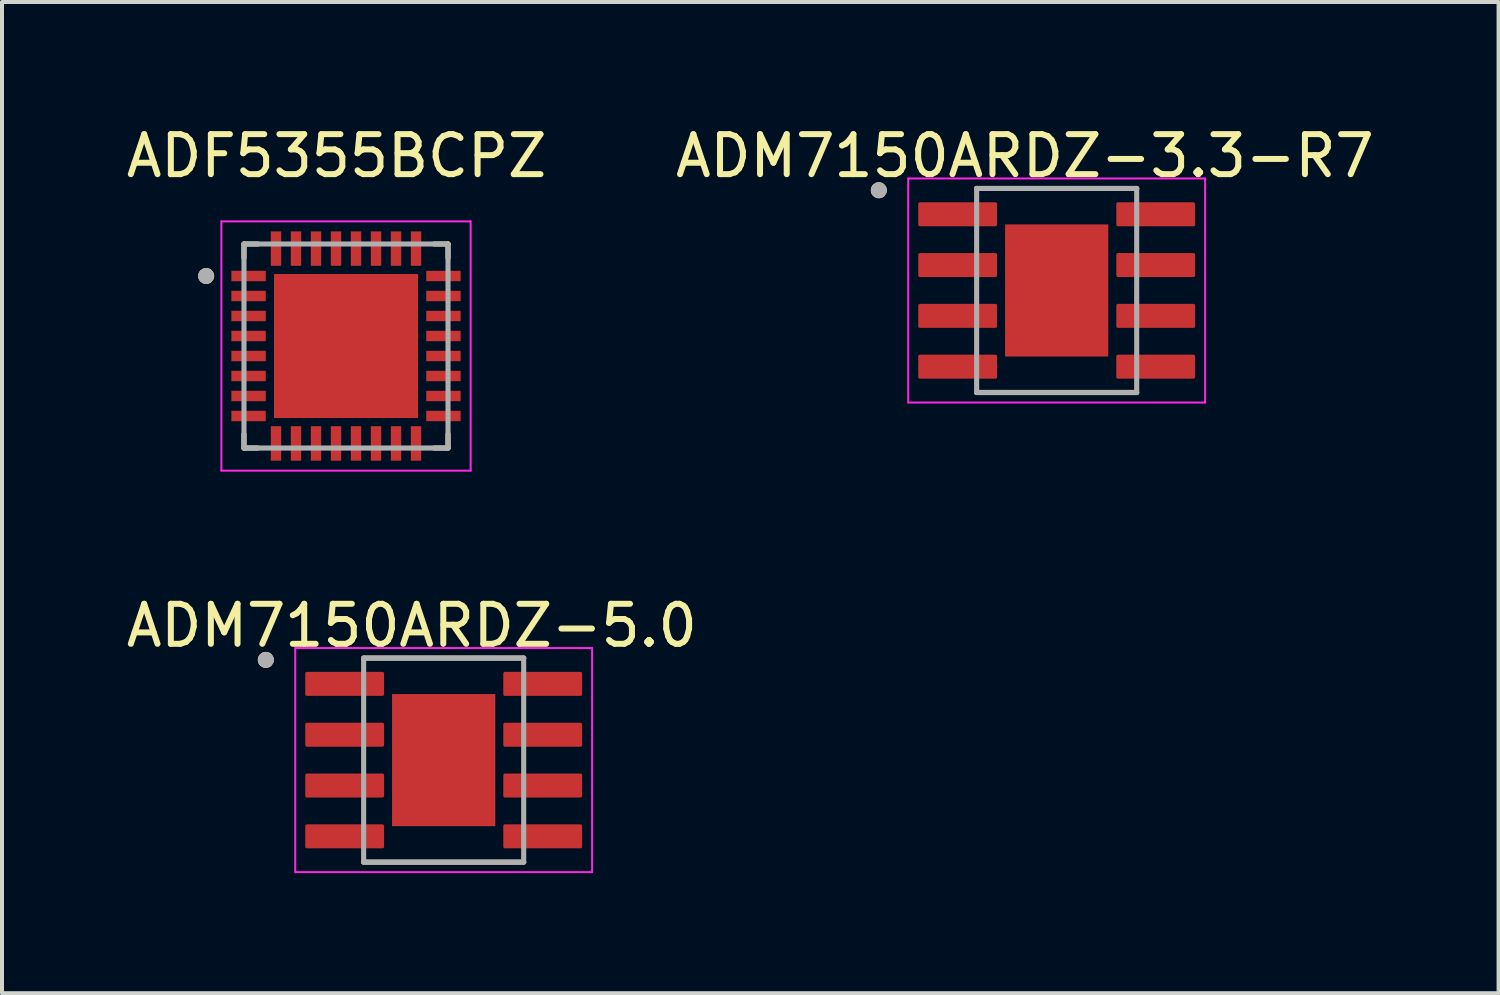
<source format=kicad_pcb>
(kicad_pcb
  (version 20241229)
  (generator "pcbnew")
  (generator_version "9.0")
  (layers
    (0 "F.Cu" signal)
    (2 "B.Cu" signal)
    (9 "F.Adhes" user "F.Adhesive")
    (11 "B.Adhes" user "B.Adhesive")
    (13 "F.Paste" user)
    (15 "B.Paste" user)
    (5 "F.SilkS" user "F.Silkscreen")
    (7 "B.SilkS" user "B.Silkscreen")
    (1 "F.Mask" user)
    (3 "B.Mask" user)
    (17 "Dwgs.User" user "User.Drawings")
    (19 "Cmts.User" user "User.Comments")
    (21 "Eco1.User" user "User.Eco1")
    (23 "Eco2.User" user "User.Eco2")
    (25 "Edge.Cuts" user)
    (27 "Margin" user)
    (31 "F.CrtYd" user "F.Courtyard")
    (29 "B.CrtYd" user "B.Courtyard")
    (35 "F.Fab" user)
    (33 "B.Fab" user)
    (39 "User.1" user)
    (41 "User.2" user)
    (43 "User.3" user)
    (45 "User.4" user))
  (footprint "ADM7150ARDZ-3.3-R7"
    (layer "F.Cu")
    (at 23.36 4.21)
    (property "Reference" "ADM7150ARDZ-3.3-R7" (at -0.795 -3.362 0) (layer "F.SilkS") (effects (font (size 1 1) (thickness 0.15))))
    (attr smd)
    (fp_line (start -2 -2.55) (end 2 -2.55) (stroke (width 0.127) (type solid)) (layer "F.SilkS"))
    (fp_line (start -2 2.55) (end 2 2.55) (stroke (width 0.127) (type solid)) (layer "F.SilkS"))
    (fp_circle (center -4.445 -2.505) (end -4.345 -2.505) (stroke (width 0.2) (type solid)) (fill no) (layer "F.SilkS"))
    (fp_poly (pts (xy -0.645 -0.826) (xy 0.645 -0.826) (xy 0.645 0.826) (xy -0.645 0.826)) (stroke (width 0.01) (type solid)) (fill yes) (layer "F.Paste"))
    (fp_line (start -3.71 -2.8) (end -3.71 2.8) (stroke (width 0.05) (type solid)) (layer "F.CrtYd"))
    (fp_line (start -3.71 -2.8) (end 3.71 -2.8) (stroke (width 0.05) (type solid)) (layer "F.CrtYd"))
    (fp_line (start -3.71 2.8) (end 3.71 2.8) (stroke (width 0.05) (type solid)) (layer "F.CrtYd"))
    (fp_line (start 3.71 -2.8) (end 3.71 2.8) (stroke (width 0.05) (type solid)) (layer "F.CrtYd"))
    (fp_line (start -2 -2.55) (end -2 2.55) (stroke (width 0.127) (type solid)) (layer "F.Fab"))
    (fp_line (start -2 -2.55) (end 2 -2.55) (stroke (width 0.127) (type solid)) (layer "F.Fab"))
    (fp_line (start -2 2.55) (end 2 2.55) (stroke (width 0.127) (type solid)) (layer "F.Fab"))
    (fp_line (start 2 -2.55) (end 2 2.55) (stroke (width 0.127) (type solid)) (layer "F.Fab"))
    (fp_circle (center -4.445 -2.505) (end -4.345 -2.505) (stroke (width 0.2) (type solid)) (fill no) (layer "F.Fab"))
    (pad "1" smd roundrect (at -2.475 -1.905) (size 1.97 0.6) (layers "F.Cu" "F.Mask" "F.Paste") (roundrect_rratio 0.07))
    (pad "2" smd roundrect (at -2.475 -0.635) (size 1.97 0.6) (layers "F.Cu" "F.Mask" "F.Paste") (roundrect_rratio 0.07))
    (pad "3" smd roundrect (at -2.475 0.635) (size 1.97 0.6) (layers "F.Cu" "F.Mask" "F.Paste") (roundrect_rratio 0.07))
    (pad "4" smd roundrect (at -2.475 1.905) (size 1.97 0.6) (layers "F.Cu" "F.Mask" "F.Paste") (roundrect_rratio 0.07))
    (pad "5" smd roundrect (at 2.475 1.905) (size 1.97 0.6) (layers "F.Cu" "F.Mask" "F.Paste") (roundrect_rratio 0.07))
    (pad "6" smd roundrect (at 2.475 0.635) (size 1.97 0.6) (layers "F.Cu" "F.Mask" "F.Paste") (roundrect_rratio 0.07))
    (pad "7" smd roundrect (at 2.475 -0.635) (size 1.97 0.6) (layers "F.Cu" "F.Mask" "F.Paste") (roundrect_rratio 0.07))
    (pad "8" smd roundrect (at 2.475 -1.905) (size 1.97 0.6) (layers "F.Cu" "F.Mask" "F.Paste") (roundrect_rratio 0.07))
    (pad "9" smd rect (at 0 0) (size 2.58 3.302) (layers "F.Cu" "F.Mask")))
  (footprint "ADF5355BCPZ"
    (layer "F.Cu")
    (at 5.598 5.598)
    (property "Reference" "ADF5355BCPZ" (at -0.235 -4.75 0) (layer "F.SilkS") (effects (font (size 1 1) (thickness 0.15))))
    (attr smd)
    (fp_line (start -2.55 -2.55) (end -2.55 -2.2) (stroke (width 0.127) (type solid)) (layer "F.SilkS"))
    (fp_line (start -2.55 -2.55) (end -2.2 -2.55) (stroke (width 0.127) (type solid)) (layer "F.SilkS"))
    (fp_line (start -2.55 2.55) (end -2.55 2.2) (stroke (width 0.127) (type solid)) (layer "F.SilkS"))
    (fp_line (start -2.55 2.55) (end -2.2 2.55) (stroke (width 0.127) (type solid)) (layer "F.SilkS"))
    (fp_line (start 2.55 -2.55) (end 2.2 -2.55) (stroke (width 0.127) (type solid)) (layer "F.SilkS"))
    (fp_line (start 2.55 -2.55) (end 2.55 -2.2) (stroke (width 0.127) (type solid)) (layer "F.SilkS"))
    (fp_line (start 2.55 2.55) (end 2.2 2.55) (stroke (width 0.127) (type solid)) (layer "F.SilkS"))
    (fp_line (start 2.55 2.55) (end 2.55 2.2) (stroke (width 0.127) (type solid)) (layer "F.SilkS"))
    (fp_circle (center -3.495 -1.75) (end -3.395 -1.75) (stroke (width 0.2) (type solid)) (fill no) (layer "F.SilkS"))
    (fp_poly (pts (xy -1.14 -1.14) (xy 1.14 -1.14) (xy 1.14 1.14) (xy -1.14 1.14)) (stroke (width 0.01) (type solid)) (fill yes) (layer "F.Paste"))
    (fp_line (start -3.115 -3.115) (end 3.115 -3.115) (stroke (width 0.05) (type solid)) (layer "F.CrtYd"))
    (fp_line (start -3.115 3.115) (end -3.115 -3.115) (stroke (width 0.05) (type solid)) (layer "F.CrtYd"))
    (fp_line (start -3.115 3.115) (end 3.115 3.115) (stroke (width 0.05) (type solid)) (layer "F.CrtYd"))
    (fp_line (start 3.115 3.115) (end 3.115 -3.115) (stroke (width 0.05) (type solid)) (layer "F.CrtYd"))
    (fp_line (start -2.55 2.55) (end -2.55 -2.55) (stroke (width 0.127) (type solid)) (layer "F.Fab"))
    (fp_line (start 2.55 -2.55) (end -2.55 -2.55) (stroke (width 0.127) (type solid)) (layer "F.Fab"))
    (fp_line (start 2.55 2.55) (end -2.55 2.55) (stroke (width 0.127) (type solid)) (layer "F.Fab"))
    (fp_line (start 2.55 2.55) (end 2.55 -2.55) (stroke (width 0.127) (type solid)) (layer "F.Fab"))
    (fp_circle (center -3.495 -1.75) (end -3.395 -1.75) (stroke (width 0.2) (type solid)) (fill no) (layer "F.Fab"))
    (pad "1" smd roundrect (at -2.435 -1.75) (size 0.86 0.26) (layers "F.Cu" "F.Mask" "F.Paste") (roundrect_rratio 0.03))
    (pad "2" smd roundrect (at -2.435 -1.25) (size 0.86 0.26) (layers "F.Cu" "F.Mask" "F.Paste") (roundrect_rratio 0.03))
    (pad "3" smd roundrect (at -2.435 -0.75) (size 0.86 0.26) (layers "F.Cu" "F.Mask" "F.Paste") (roundrect_rratio 0.03))
    (pad "4" smd roundrect (at -2.435 -0.25) (size 0.86 0.26) (layers "F.Cu" "F.Mask" "F.Paste") (roundrect_rratio 0.03))
    (pad "5" smd roundrect (at -2.435 0.25) (size 0.86 0.26) (layers "F.Cu" "F.Mask" "F.Paste") (roundrect_rratio 0.03))
    (pad "6" smd roundrect (at -2.435 0.75) (size 0.86 0.26) (layers "F.Cu" "F.Mask" "F.Paste") (roundrect_rratio 0.03))
    (pad "7" smd roundrect (at -2.435 1.25) (size 0.86 0.26) (layers "F.Cu" "F.Mask" "F.Paste") (roundrect_rratio 0.03))
    (pad "8" smd roundrect (at -2.435 1.75) (size 0.86 0.26) (layers "F.Cu" "F.Mask" "F.Paste") (roundrect_rratio 0.03))
    (pad "9" smd roundrect (at -1.75 2.435 90) (size 0.86 0.26) (layers "F.Cu" "F.Mask" "F.Paste") (roundrect_rratio 0.03))
    (pad "10" smd roundrect (at -1.25 2.435 90) (size 0.86 0.26) (layers "F.Cu" "F.Mask" "F.Paste") (roundrect_rratio 0.03))
    (pad "11" smd roundrect (at -0.75 2.435 90) (size 0.86 0.26) (layers "F.Cu" "F.Mask" "F.Paste") (roundrect_rratio 0.03))
    (pad "12" smd roundrect (at -0.25 2.435 90) (size 0.86 0.26) (layers "F.Cu" "F.Mask" "F.Paste") (roundrect_rratio 0.03))
    (pad "13" smd roundrect (at 0.25 2.435 90) (size 0.86 0.26) (layers "F.Cu" "F.Mask" "F.Paste") (roundrect_rratio 0.03))
    (pad "14" smd roundrect (at 0.75 2.435 90) (size 0.86 0.26) (layers "F.Cu" "F.Mask" "F.Paste") (roundrect_rratio 0.03))
    (pad "15" smd roundrect (at 1.25 2.435 90) (size 0.86 0.26) (layers "F.Cu" "F.Mask" "F.Paste") (roundrect_rratio 0.03))
    (pad "16" smd roundrect (at 1.75 2.435 90) (size 0.86 0.26) (layers "F.Cu" "F.Mask" "F.Paste") (roundrect_rratio 0.03))
    (pad "17" smd roundrect (at 2.435 1.75) (size 0.86 0.26) (layers "F.Cu" "F.Mask" "F.Paste") (roundrect_rratio 0.03))
    (pad "18" smd roundrect (at 2.435 1.25) (size 0.86 0.26) (layers "F.Cu" "F.Mask" "F.Paste") (roundrect_rratio 0.03))
    (pad "19" smd roundrect (at 2.435 0.75) (size 0.86 0.26) (layers "F.Cu" "F.Mask" "F.Paste") (roundrect_rratio 0.03))
    (pad "20" smd roundrect (at 2.435 0.25) (size 0.86 0.26) (layers "F.Cu" "F.Mask" "F.Paste") (roundrect_rratio 0.03))
    (pad "21" smd roundrect (at 2.435 -0.25) (size 0.86 0.26) (layers "F.Cu" "F.Mask" "F.Paste") (roundrect_rratio 0.03))
    (pad "22" smd roundrect (at 2.435 -0.75) (size 0.86 0.26) (layers "F.Cu" "F.Mask" "F.Paste") (roundrect_rratio 0.03))
    (pad "23" smd roundrect (at 2.435 -1.25) (size 0.86 0.26) (layers "F.Cu" "F.Mask" "F.Paste") (roundrect_rratio 0.03))
    (pad "24" smd roundrect (at 2.435 -1.75) (size 0.86 0.26) (layers "F.Cu" "F.Mask" "F.Paste") (roundrect_rratio 0.03))
    (pad "25" smd roundrect (at 1.75 -2.435 90) (size 0.86 0.26) (layers "F.Cu" "F.Mask" "F.Paste") (roundrect_rratio 0.03))
    (pad "26" smd roundrect (at 1.25 -2.435 90) (size 0.86 0.26) (layers "F.Cu" "F.Mask" "F.Paste") (roundrect_rratio 0.03))
    (pad "27" smd roundrect (at 0.75 -2.435 90) (size 0.86 0.26) (layers "F.Cu" "F.Mask" "F.Paste") (roundrect_rratio 0.03))
    (pad "28" smd roundrect (at 0.25 -2.435 90) (size 0.86 0.26) (layers "F.Cu" "F.Mask" "F.Paste") (roundrect_rratio 0.03))
    (pad "29" smd roundrect (at -0.25 -2.435 90) (size 0.86 0.26) (layers "F.Cu" "F.Mask" "F.Paste") (roundrect_rratio 0.03))
    (pad "30" smd roundrect (at -0.75 -2.435 90) (size 0.86 0.26) (layers "F.Cu" "F.Mask" "F.Paste") (roundrect_rratio 0.03))
    (pad "31" smd roundrect (at -1.25 -2.435 90) (size 0.86 0.26) (layers "F.Cu" "F.Mask" "F.Paste") (roundrect_rratio 0.03))
    (pad "32" smd roundrect (at -1.75 -2.435 90) (size 0.86 0.26) (layers "F.Cu" "F.Mask" "F.Paste") (roundrect_rratio 0.03))
    (pad "33" smd rect (at 0 0) (size 3.6 3.6) (layers "F.Cu" "F.Mask")))
  (footprint "ADM7150ARDZ-5.0"
    (layer "F.Cu")
    (at 8.039 15.948)
    (property "Reference" "ADM7150ARDZ-5.0" (at -0.795 -3.362 0) (layer "F.SilkS") (effects (font (size 1 1) (thickness 0.15))))
    (attr smd)
    (fp_line (start -2 -2.55) (end 2 -2.55) (stroke (width 0.127) (type solid)) (layer "F.SilkS"))
    (fp_line (start -2 2.55) (end 2 2.55) (stroke (width 0.127) (type solid)) (layer "F.SilkS"))
    (fp_circle (center -4.445 -2.505) (end -4.345 -2.505) (stroke (width 0.2) (type solid)) (fill no) (layer "F.SilkS"))
    (fp_poly (pts (xy -0.645 -0.826) (xy 0.645 -0.826) (xy 0.645 0.826) (xy -0.645 0.826)) (stroke (width 0.01) (type solid)) (fill yes) (layer "F.Paste"))
    (fp_line (start -3.71 -2.8) (end -3.71 2.8) (stroke (width 0.05) (type solid)) (layer "F.CrtYd"))
    (fp_line (start -3.71 -2.8) (end 3.71 -2.8) (stroke (width 0.05) (type solid)) (layer "F.CrtYd"))
    (fp_line (start -3.71 2.8) (end 3.71 2.8) (stroke (width 0.05) (type solid)) (layer "F.CrtYd"))
    (fp_line (start 3.71 -2.8) (end 3.71 2.8) (stroke (width 0.05) (type solid)) (layer "F.CrtYd"))
    (fp_line (start -2 -2.55) (end -2 2.55) (stroke (width 0.127) (type solid)) (layer "F.Fab"))
    (fp_line (start -2 -2.55) (end 2 -2.55) (stroke (width 0.127) (type solid)) (layer "F.Fab"))
    (fp_line (start -2 2.55) (end 2 2.55) (stroke (width 0.127) (type solid)) (layer "F.Fab"))
    (fp_line (start 2 -2.55) (end 2 2.55) (stroke (width 0.127) (type solid)) (layer "F.Fab"))
    (fp_circle (center -4.445 -2.505) (end -4.345 -2.505) (stroke (width 0.2) (type solid)) (fill no) (layer "F.Fab"))
    (pad "1" smd roundrect (at -2.475 -1.905) (size 1.97 0.6) (layers "F.Cu" "F.Mask" "F.Paste") (roundrect_rratio 0.07))
    (pad "2" smd roundrect (at -2.475 -0.635) (size 1.97 0.6) (layers "F.Cu" "F.Mask" "F.Paste") (roundrect_rratio 0.07))
    (pad "3" smd roundrect (at -2.475 0.635) (size 1.97 0.6) (layers "F.Cu" "F.Mask" "F.Paste") (roundrect_rratio 0.07))
    (pad "4" smd roundrect (at -2.475 1.905) (size 1.97 0.6) (layers "F.Cu" "F.Mask" "F.Paste") (roundrect_rratio 0.07))
    (pad "5" smd roundrect (at 2.475 1.905) (size 1.97 0.6) (layers "F.Cu" "F.Mask" "F.Paste") (roundrect_rratio 0.07))
    (pad "6" smd roundrect (at 2.475 0.635) (size 1.97 0.6) (layers "F.Cu" "F.Mask" "F.Paste") (roundrect_rratio 0.07))
    (pad "7" smd roundrect (at 2.475 -0.635) (size 1.97 0.6) (layers "F.Cu" "F.Mask" "F.Paste") (roundrect_rratio 0.07))
    (pad "8" smd roundrect (at 2.475 -1.905) (size 1.97 0.6) (layers "F.Cu" "F.Mask" "F.Paste") (roundrect_rratio 0.07))
    (pad "9" smd rect (at 0 0) (size 2.58 3.302) (layers "F.Cu" "F.Mask")))
  (gr_rect
    (start -3 -3)
    (end 34.405 21.773)
    (stroke (width 0.1) (type default))
    (fill no)
    (layer "Edge.Cuts")))
</source>
